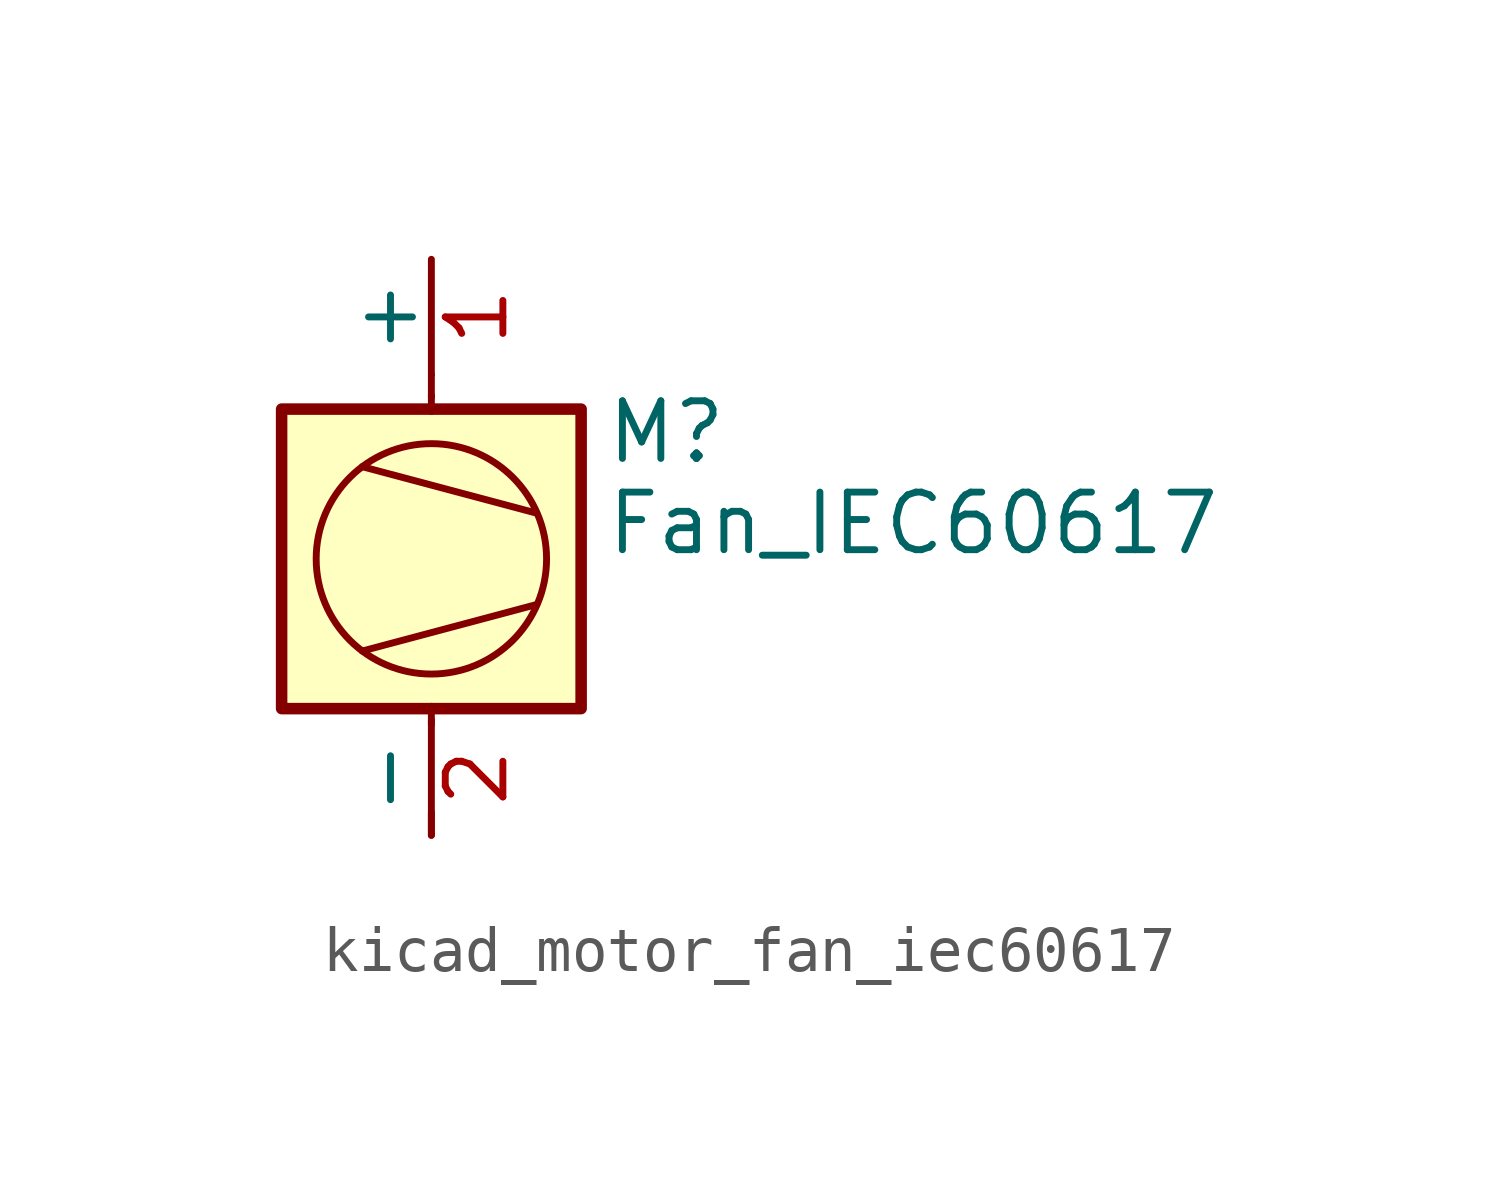
<source format=kicad_sym>
(kicad_symbol_lib
  (version 20220914)
  (generator kicad_symbol_editor)
  (symbol "kicad_motor_fan_iec60617"
    (pin_names
      (offset 0))
    (property "Reference" "M"
      (at 3.81 3.81 0)
      (effects (font (size 1.27 1.27)) (justify left)))
    (property "Value" "Fan_IEC60617"
      (at 3.81 2.54 0)
      (effects (font (size 1.27 1.27)) (justify left top)))
    (symbol "kicad_motor_fan_iec60617_0_1"
      (rectangle (start -3.302 4.318) (end 3.302 -2.286) (stroke (width 0.254) (type default)) (fill (type background)))
      (polyline (pts (xy -1.524 -1.016) (xy 2.286 0)) (stroke (width 0) (type default)) (fill (type none)))
      (polyline (pts (xy -1.524 3.048) (xy 2.286 2.032)) (stroke (width 0) (type default)) (fill (type none)))
      (polyline (pts (xy 0 -5.08) (xy 0 -4.572)) (stroke (width 0) (type default)) (fill (type none)))
      (polyline (pts (xy 0 -2.235) (xy 0 -2.642)) (stroke (width 0) (type default)) (fill (type none)))
      (polyline (pts (xy 0 4.267) (xy 0 4.623)) (stroke (width 0) (type default)) (fill (type none)))
      (polyline (pts (xy 0 4.572) (xy 0 5.08)) (stroke (width 0) (type default)) (fill (type none)))
      (circle (center 0 1.016) (radius 2.54) (stroke (width 0) (type default)) (fill (type none))))
    (symbol "kicad_motor_fan_iec60617_1_1"
      (pin passive line (at 0 7.62 270) (length 2.54) (name "+" (effects (font (size 1.27 1.27)))) (number "1" (effects (font (size 1.27 1.27)))))
      (pin passive line (at 0 -5.08 90) (length 2.54) (name "-" (effects (font (size 1.27 1.27)))) (number "2" (effects (font (size 1.27 1.27))))))))
</source>
